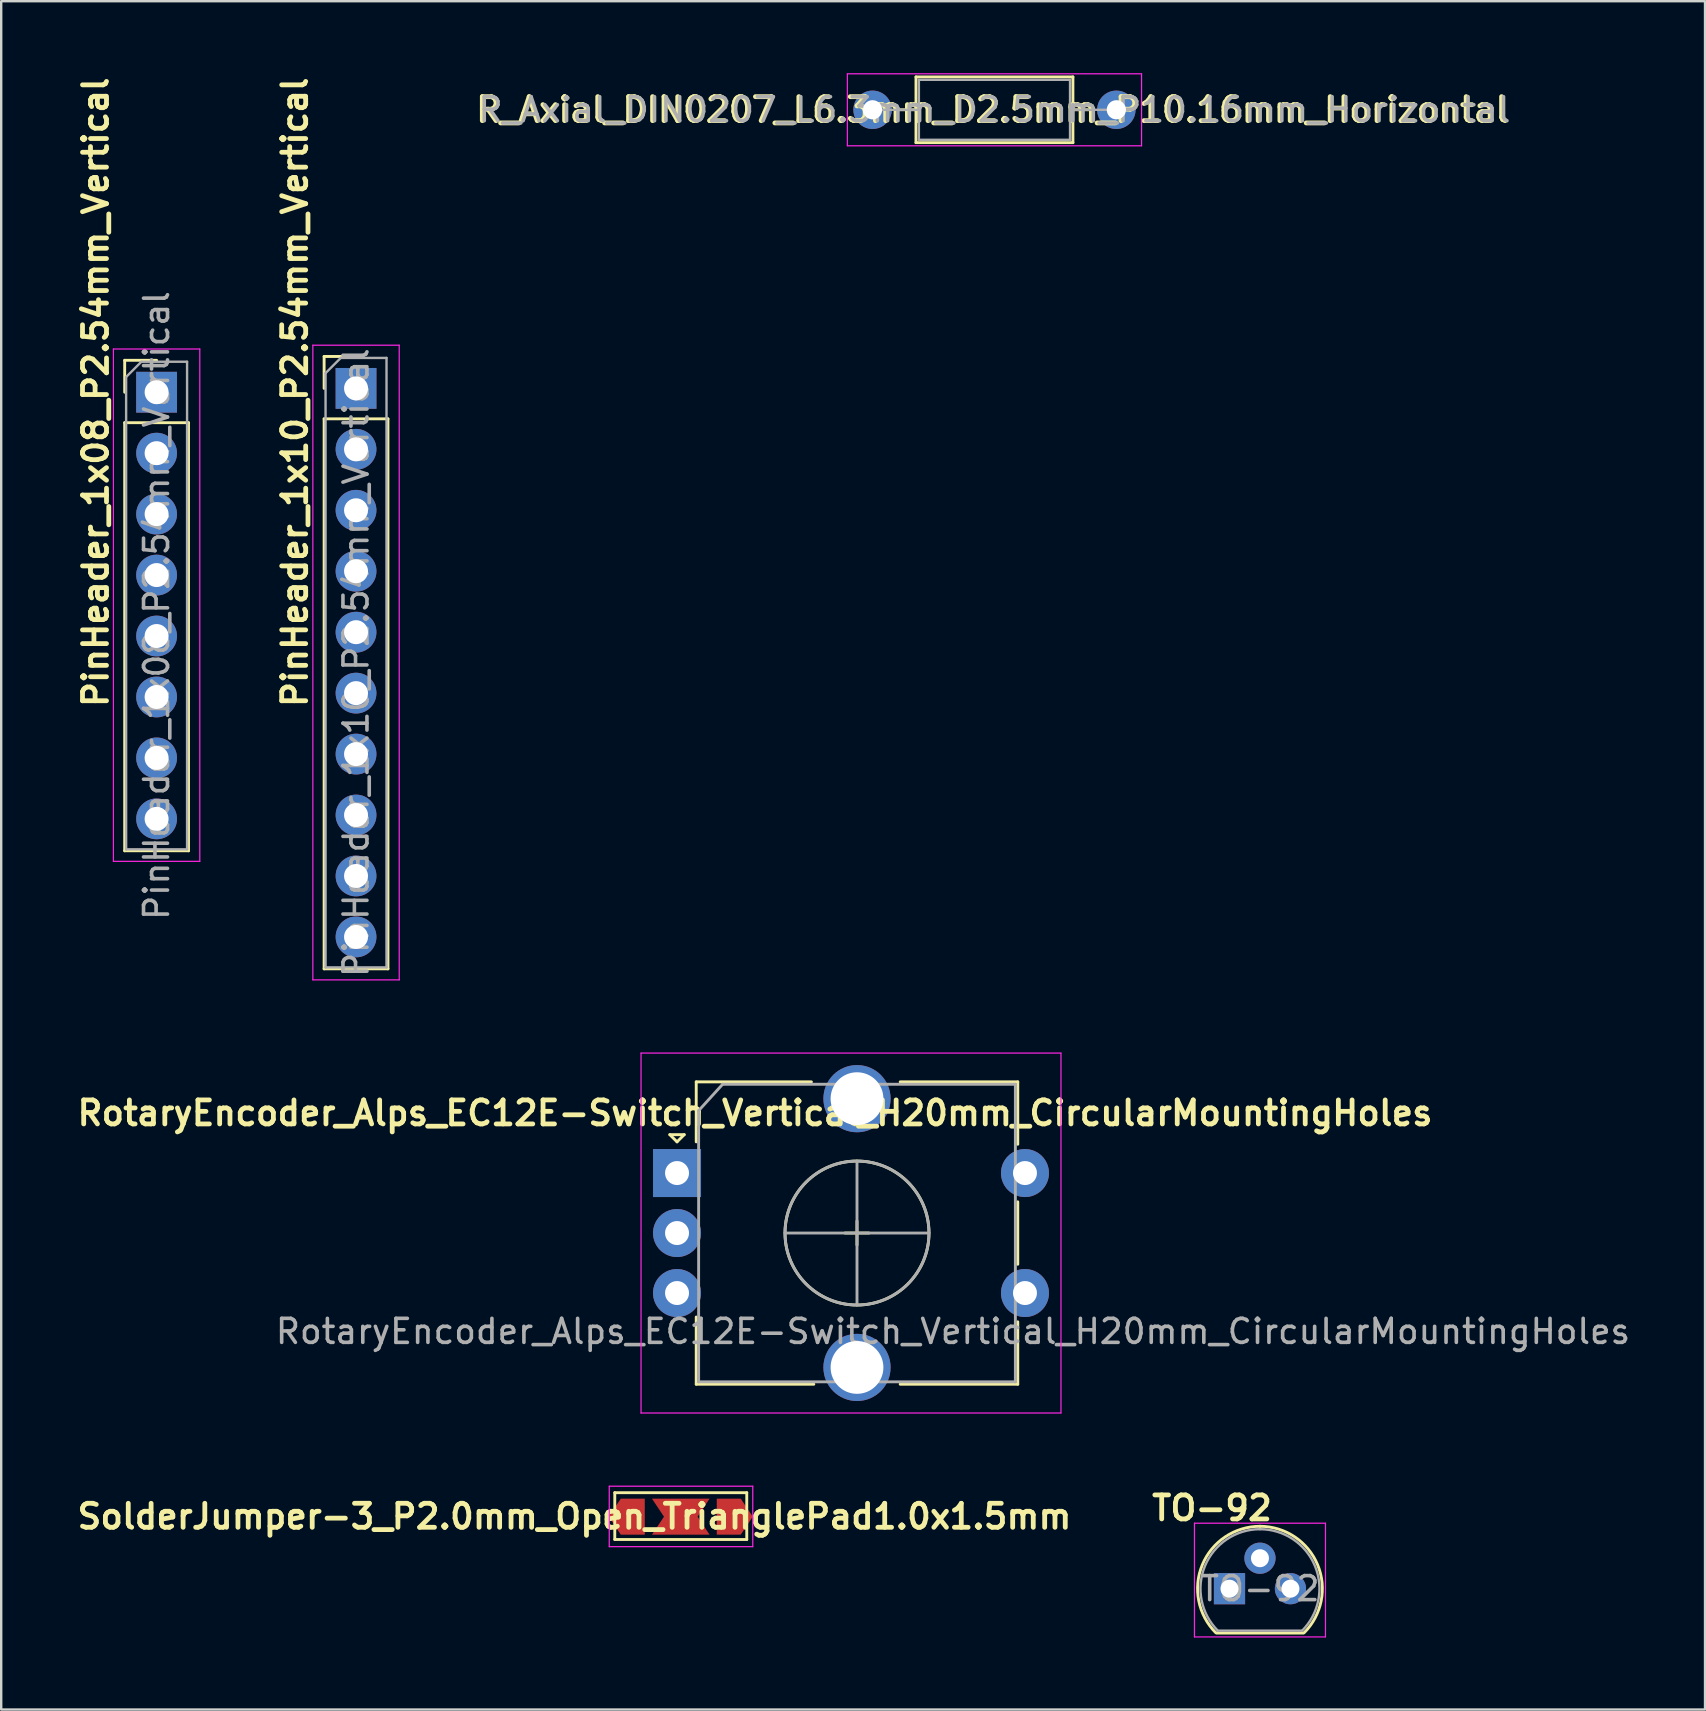
<source format=kicad_pcb>
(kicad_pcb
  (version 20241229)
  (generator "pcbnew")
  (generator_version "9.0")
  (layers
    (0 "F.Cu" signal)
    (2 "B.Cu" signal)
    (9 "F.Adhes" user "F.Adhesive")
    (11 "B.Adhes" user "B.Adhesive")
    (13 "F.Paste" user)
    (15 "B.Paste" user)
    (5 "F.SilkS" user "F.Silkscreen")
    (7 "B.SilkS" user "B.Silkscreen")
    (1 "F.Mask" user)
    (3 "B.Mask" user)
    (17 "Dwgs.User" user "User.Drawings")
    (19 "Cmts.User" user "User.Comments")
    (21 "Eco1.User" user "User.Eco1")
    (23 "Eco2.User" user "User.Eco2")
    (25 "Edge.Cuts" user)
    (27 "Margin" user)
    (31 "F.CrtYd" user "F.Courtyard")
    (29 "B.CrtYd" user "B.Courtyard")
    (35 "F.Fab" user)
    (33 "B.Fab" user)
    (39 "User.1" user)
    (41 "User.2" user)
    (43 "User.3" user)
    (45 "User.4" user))
  (footprint "TO-92"
    (layer "F.Cu")
    (at 48.187 63.156)
    (property "Reference" "TO-92" (at -0.73 -3.36 0) (layer "F.SilkS") (effects (font (size 1 1) (thickness 0.2) (bold yes))))
    (attr through_hole)
    (fp_line (start -0.53 1.85) (end 3.07 1.85) (stroke (width 0.12) (type solid)) (layer "F.SilkS"))
    (fp_arc (start -0.568478 1.838478) (mid -1.132087 -0.994977) (end 1.27 -2.6) (stroke (width 0.12) (type solid)) (layer "F.SilkS"))
    (fp_arc (start 1.27 -2.6) (mid 3.672087 -0.994977) (end 3.108478 1.838478) (stroke (width 0.12) (type solid)) (layer "F.SilkS"))
    (fp_line (start -1.46 -2.73) (end -1.46 2.01) (stroke (width 0.05) (type solid)) (layer "F.CrtYd"))
    (fp_line (start -1.46 -2.73) (end 4 -2.73) (stroke (width 0.05) (type solid)) (layer "F.CrtYd"))
    (fp_line (start 4 2.01) (end -1.46 2.01) (stroke (width 0.05) (type solid)) (layer "F.CrtYd"))
    (fp_line (start 4 2.01) (end 4 -2.73) (stroke (width 0.05) (type solid)) (layer "F.CrtYd"))
    (fp_line (start -0.5 1.75) (end 3 1.75) (stroke (width 0.1) (type solid)) (layer "F.Fab"))
    (fp_arc (start -0.483625 1.753625) (mid -1.021221 -0.949055) (end 1.27 -2.48) (stroke (width 0.1) (type solid)) (layer "F.Fab"))
    (fp_arc (start 1.27 -2.48) (mid 3.561221 -0.949055) (end 3.023625 1.753625) (stroke (width 0.1) (type solid)) (layer "F.Fab"))
    (fp_text user "${REFERENCE}" (at 1.27 0 0) (layer "F.Fab") (effects (font (size 1 1) (thickness 0.15))))
    (pad "1" thru_hole rect (at 0 0) (size 1.3 1.3) (drill 0.75) (layers "*.Cu" "*.Mask"))
    (pad "2" thru_hole circle (at 1.27 -1.27) (size 1.3 1.3) (drill 0.75) (layers "*.Cu" "*.Mask"))
    (pad "3" thru_hole circle (at 2.54 0) (size 1.3 1.3) (drill 0.75) (layers "*.Cu" "*.Mask")))
  (footprint "R_Axial_DIN0207_L6.3mm_D2.5mm_P10.16mm_Horizontal"
    (layer "F.Cu")
    (at 33.312 1.525)
    (property "Reference" "R_Axial_DIN0207_L6.3mm_D2.5mm_P10.16mm_Horizontal" (at 5 0 180) (layer "F.SilkS") (effects (font (size 1 1) (thickness 0.2) (bold yes))))
    (attr through_hole)
    (fp_line (start 1.04 0) (end 1.81 0) (stroke (width 0.12) (type solid)) (layer "F.SilkS"))
    (fp_line (start 1.81 -1.37) (end 1.81 1.37) (stroke (width 0.12) (type solid)) (layer "F.SilkS"))
    (fp_line (start 1.81 1.37) (end 8.35 1.37) (stroke (width 0.12) (type solid)) (layer "F.SilkS"))
    (fp_line (start 8.35 -1.37) (end 1.81 -1.37) (stroke (width 0.12) (type solid)) (layer "F.SilkS"))
    (fp_line (start 8.35 1.37) (end 8.35 -1.37) (stroke (width 0.12) (type solid)) (layer "F.SilkS"))
    (fp_line (start 9.12 0) (end 8.35 0) (stroke (width 0.12) (type solid)) (layer "F.SilkS"))
    (fp_line (start -1.05 -1.5) (end -1.05 1.5) (stroke (width 0.05) (type solid)) (layer "F.CrtYd"))
    (fp_line (start -1.05 1.5) (end 11.21 1.5) (stroke (width 0.05) (type solid)) (layer "F.CrtYd"))
    (fp_line (start 11.21 -1.5) (end -1.05 -1.5) (stroke (width 0.05) (type solid)) (layer "F.CrtYd"))
    (fp_line (start 11.21 1.5) (end 11.21 -1.5) (stroke (width 0.05) (type solid)) (layer "F.CrtYd"))
    (fp_line (start 0 0) (end 1.93 0) (stroke (width 0.1) (type solid)) (layer "F.Fab"))
    (fp_line (start 1.93 -1.25) (end 1.93 1.25) (stroke (width 0.1) (type solid)) (layer "F.Fab"))
    (fp_line (start 1.93 1.25) (end 8.23 1.25) (stroke (width 0.1) (type solid)) (layer "F.Fab"))
    (fp_line (start 8.23 -1.25) (end 1.93 -1.25) (stroke (width 0.1) (type solid)) (layer "F.Fab"))
    (fp_line (start 8.23 1.25) (end 8.23 -1.25) (stroke (width 0.1) (type solid)) (layer "F.Fab"))
    (fp_line (start 10.16 0) (end 8.23 0) (stroke (width 0.1) (type solid)) (layer "F.Fab"))
    (fp_text user "${REFERENCE}" (at 5.08 0 180) (layer "F.Fab") (effects (font (size 1 1) (thickness 0.15))))
    (pad "1" thru_hole circle (at 0 0) (size 1.6 1.6) (drill 0.8) (layers "*.Cu" "*.Mask"))
    (pad "2" thru_hole oval (at 10.16 0) (size 1.6 1.6) (drill 0.8) (layers "*.Cu" "*.Mask")))
  (footprint "RotaryEncoder_Alps_EC12E-Switch_Vertical_H20mm_CircularMountingHoles"
    (layer "F.Cu")
    (at 25.164 45.835)
    (property "Reference" "RotaryEncoder_Alps_EC12E-Switch_Vertical_H20mm_CircularMountingHoles" (at 3.25 -2.5 0) (layer "F.SilkS") (effects (font (size 1 1) (thickness 0.2) (bold yes))))
    (attr through_hole)
    (fp_line (start -0.3 -1.6) (end 0.3 -1.6) (stroke (width 0.12) (type solid)) (layer "F.SilkS"))
    (fp_line (start 0 -1.3) (end -0.3 -1.6) (stroke (width 0.12) (type solid)) (layer "F.SilkS"))
    (fp_line (start 0.3 -1.6) (end 0 -1.3) (stroke (width 0.12) (type solid)) (layer "F.SilkS"))
    (fp_line (start 0.8 -3.8) (end 0.8 -1.3) (stroke (width 0.12) (type solid)) (layer "F.SilkS"))
    (fp_line (start 0.8 8.8) (end 0.8 6) (stroke (width 0.12) (type solid)) (layer "F.SilkS"))
    (fp_line (start 5.6 -3.8) (end 0.8 -3.8) (stroke (width 0.12) (type solid)) (layer "F.SilkS"))
    (fp_line (start 5.7 8.8) (end 0.8 8.8) (stroke (width 0.12) (type solid)) (layer "F.SilkS"))
    (fp_line (start 7 2.5) (end 8 2.5) (stroke (width 0.12) (type solid)) (layer "F.SilkS"))
    (fp_line (start 7.5 2) (end 7.5 3) (stroke (width 0.12) (type solid)) (layer "F.SilkS"))
    (fp_line (start 9.3 -3.8) (end 14.2 -3.8) (stroke (width 0.12) (type solid)) (layer "F.SilkS"))
    (fp_line (start 14.2 -3.8) (end 14.2 -1.2) (stroke (width 0.12) (type solid)) (layer "F.SilkS"))
    (fp_line (start 14.2 1.2) (end 14.2 3.8) (stroke (width 0.12) (type solid)) (layer "F.SilkS"))
    (fp_line (start 14.2 6.2) (end 14.2 8.8) (stroke (width 0.12) (type solid)) (layer "F.SilkS"))
    (fp_line (start 14.2 8.8) (end 9.3 8.8) (stroke (width 0.12) (type solid)) (layer "F.SilkS"))
    (fp_circle (center 7.5 2.5) (end 10.5 2.5) (stroke (width 0.12) (type solid)) (fill no) (layer "F.SilkS"))
    (fp_line (start -1.5 -5) (end -1.5 10) (stroke (width 0.05) (type solid)) (layer "F.CrtYd"))
    (fp_line (start -1.5 -5) (end 16 -5) (stroke (width 0.05) (type solid)) (layer "F.CrtYd"))
    (fp_line (start 16 10) (end -1.5 10) (stroke (width 0.05) (type solid)) (layer "F.CrtYd"))
    (fp_line (start 16 10) (end 16 -5) (stroke (width 0.05) (type solid)) (layer "F.CrtYd"))
    (fp_line (start 0.9 -2.6) (end 1.9 -3.7) (stroke (width 0.12) (type solid)) (layer "F.Fab"))
    (fp_line (start 0.9 8.7) (end 0.9 -2.6) (stroke (width 0.12) (type solid)) (layer "F.Fab"))
    (fp_line (start 1.9 -3.7) (end 14.1 -3.7) (stroke (width 0.12) (type solid)) (layer "F.Fab"))
    (fp_line (start 4.5 2.5) (end 10.5 2.5) (stroke (width 0.12) (type solid)) (layer "F.Fab"))
    (fp_line (start 7.5 -0.5) (end 7.5 5.5) (stroke (width 0.12) (type solid)) (layer "F.Fab"))
    (fp_line (start 14.1 -3.7) (end 14.1 8.7) (stroke (width 0.12) (type solid)) (layer "F.Fab"))
    (fp_line (start 14.1 8.7) (end 0.9 8.7) (stroke (width 0.12) (type solid)) (layer "F.Fab"))
    (fp_circle (center 7.5 2.5) (end 10.5 2.5) (stroke (width 0.12) (type solid)) (fill no) (layer "F.Fab"))
    (fp_text user "${REFERENCE}" (at 11.5 6.6 0) (layer "F.Fab") (effects (font (size 1 1) (thickness 0.15))))
    (pad "A" thru_hole rect (at 0 0) (size 2 2) (drill 1) (layers "*.Cu" "*.Mask"))
    (pad "B" thru_hole circle (at 0 5) (size 2 2) (drill 1) (layers "*.Cu" "*.Mask"))
    (pad "C" thru_hole circle (at 0 2.5) (size 2 2) (drill 1) (layers "*.Cu" "*.Mask"))
    (pad "MP" thru_hole circle (at 7.5 -3.1) (size 2.8 2.8) (drill 2.2) (layers "*.Cu" "*.Mask"))
    (pad "MP" thru_hole circle (at 7.5 8.1) (size 2.8 2.8) (drill 2.2) (layers "*.Cu" "*.Mask"))
    (pad "S1" thru_hole circle (at 14.5 0) (size 2 2) (drill 1) (layers "*.Cu" "*.Mask"))
    (pad "S2" thru_hole circle (at 14.5 5) (size 2 2) (drill 1) (layers "*.Cu" "*.Mask")))
  (footprint "PinHeader_1x10_P2.54mm_Vertical"
    (layer "F.Cu")
    (at 11.787 13.135)
    (property "Reference" "PinHeader_1x10_P2.54mm_Vertical" (at -2.55 0.16 90) (layer "F.SilkS") (effects (font (size 1 1) (thickness 0.2) (bold yes))))
    (attr through_hole)
    (fp_line (start -1.33 -1.33) (end 0 -1.33) (stroke (width 0.12) (type solid)) (layer "F.SilkS"))
    (fp_line (start -1.33 0) (end -1.33 -1.33) (stroke (width 0.12) (type solid)) (layer "F.SilkS"))
    (fp_line (start -1.33 1.27) (end -1.33 24.19) (stroke (width 0.12) (type solid)) (layer "F.SilkS"))
    (fp_line (start -1.33 1.27) (end 1.33 1.27) (stroke (width 0.12) (type solid)) (layer "F.SilkS"))
    (fp_line (start -1.33 24.19) (end 1.33 24.19) (stroke (width 0.12) (type solid)) (layer "F.SilkS"))
    (fp_line (start 1.33 1.27) (end 1.33 24.19) (stroke (width 0.12) (type solid)) (layer "F.SilkS"))
    (fp_line (start -1.8 -1.8) (end -1.8 24.65) (stroke (width 0.05) (type solid)) (layer "F.CrtYd"))
    (fp_line (start -1.8 24.65) (end 1.8 24.65) (stroke (width 0.05) (type solid)) (layer "F.CrtYd"))
    (fp_line (start 1.8 -1.8) (end -1.8 -1.8) (stroke (width 0.05) (type solid)) (layer "F.CrtYd"))
    (fp_line (start 1.8 24.65) (end 1.8 -1.8) (stroke (width 0.05) (type solid)) (layer "F.CrtYd"))
    (fp_line (start -1.27 -0.635) (end -0.635 -1.27) (stroke (width 0.1) (type solid)) (layer "F.Fab"))
    (fp_line (start -1.27 24.13) (end -1.27 -0.635) (stroke (width 0.1) (type solid)) (layer "F.Fab"))
    (fp_line (start -0.635 -1.27) (end 1.27 -1.27) (stroke (width 0.1) (type solid)) (layer "F.Fab"))
    (fp_line (start 1.27 -1.27) (end 1.27 24.13) (stroke (width 0.1) (type solid)) (layer "F.Fab"))
    (fp_line (start 1.27 24.13) (end -1.27 24.13) (stroke (width 0.1) (type solid)) (layer "F.Fab"))
    (fp_text user "${REFERENCE}" (at 0 11.43 90) (layer "F.Fab") (effects (font (size 1 1) (thickness 0.15))))
    (pad "1" thru_hole rect (at 0 0 180) (size 1.7 1.7) (drill 1) (layers "*.Cu" "*.Mask"))
    (pad "2" thru_hole oval (at 0 2.54 180) (size 1.7 1.7) (drill 1) (layers "*.Cu" "*.Mask"))
    (pad "3" thru_hole oval (at 0 5.08 180) (size 1.7 1.7) (drill 1) (layers "*.Cu" "*.Mask"))
    (pad "4" thru_hole oval (at 0 7.62 180) (size 1.7 1.7) (drill 1) (layers "*.Cu" "*.Mask"))
    (pad "5" thru_hole oval (at 0 10.16 180) (size 1.7 1.7) (drill 1) (layers "*.Cu" "*.Mask"))
    (pad "6" thru_hole oval (at 0 12.7 180) (size 1.7 1.7) (drill 1) (layers "*.Cu" "*.Mask"))
    (pad "7" thru_hole oval (at 0 15.24 180) (size 1.7 1.7) (drill 1) (layers "*.Cu" "*.Mask"))
    (pad "8" thru_hole oval (at 0 17.78 180) (size 1.7 1.7) (drill 1) (layers "*.Cu" "*.Mask"))
    (pad "9" thru_hole oval (at 0 20.32 180) (size 1.7 1.7) (drill 1) (layers "*.Cu" "*.Mask"))
    (pad "10" thru_hole oval (at 0 22.86 180) (size 1.7 1.7) (drill 1) (layers "*.Cu" "*.Mask")))
  (footprint "SolderJumper-3_P2.0mm_Open_TrianglePad1.0x1.5mm"
    (layer "F.Cu")
    (at 25.32 60.155)
    (property "Reference" "SolderJumper-3_P2.0mm_Open_TrianglePad1.0x1.5mm" (at -4.43 -0.01 0) (layer "F.SilkS") (effects (font (size 1 1) (thickness 0.2) (bold yes))))
    (attr exclude_from_pos_files)
    (fp_line (start -2.75 -1) (end 2.75 -1) (stroke (width 0.12) (type solid)) (layer "F.SilkS"))
    (fp_line (start -2.75 0.95) (end -2.75 -1) (stroke (width 0.12) (type solid)) (layer "F.SilkS"))
    (fp_line (start 2.75 -1) (end 2.75 0.95) (stroke (width 0.12) (type solid)) (layer "F.SilkS"))
    (fp_line (start 2.75 0.95) (end -2.75 0.95) (stroke (width 0.12) (type solid)) (layer "F.SilkS"))
    (fp_line (start -2.98 -1.27) (end -2.98 1.25) (stroke (width 0.05) (type solid)) (layer "F.CrtYd"))
    (fp_line (start -2.98 -1.27) (end 3 -1.27) (stroke (width 0.05) (type solid)) (layer "F.CrtYd"))
    (fp_line (start 3 1.25) (end -2.98 1.25) (stroke (width 0.05) (type solid)) (layer "F.CrtYd"))
    (fp_line (start 3 1.25) (end 3 -1.27) (stroke (width 0.05) (type solid)) (layer "F.CrtYd"))
    (pad "" smd rect (at -1.2 0 180) (size 1.5 1.5) (layers "F.Mask"))
    (pad "" smd rect (at 1.2 0 180) (size 1.5 1.5) (layers "F.Mask"))
    (pad "1" smd custom (at -2 0 180) (size 0.3 0.3) (layers "F.Cu" "F.Mask") (options (anchor rect)) (primitives (gr_poly (pts (xy 1 0) (xy 0.5 0.75) (xy -0.5 0.75) (xy -0.5 -0.75) (xy 0.5 -0.75)) (width 0) (fill yes))))
    (pad "2" smd custom (at 0 0 180) (size 0.3 0.3) (layers "F.Cu") (options (anchor rect)) (primitives (gr_poly (pts (xy 0.7 0) (xy 1.2 0.75) (xy -1.2 0.75) (xy -0.7 0) (xy -1.2 -0.75) (xy 1.2 -0.75)) (width 0) (fill yes))))
    (pad "3" smd custom (at 2 0) (size 0.3 0.3) (layers "F.Cu" "F.Mask") (options (anchor rect)) (primitives (gr_poly (pts (xy 1 0) (xy 0.5 0.75) (xy -0.5 0.75) (xy -0.5 -0.75) (xy 0.5 -0.75)) (width 0) (fill yes)))))
  (footprint "PinHeader_1x08_P2.54mm_Vertical"
    (layer "F.Cu")
    (at 3.476 13.295)
    (property "Reference" "PinHeader_1x08_P2.54mm_Vertical" (at -2.54 0 90) (layer "F.SilkS") (effects (font (size 1 1) (thickness 0.2) (bold yes))))
    (attr through_hole)
    (fp_line (start -1.33 -1.33) (end 0 -1.33) (stroke (width 0.12) (type solid)) (layer "F.SilkS"))
    (fp_line (start -1.33 0) (end -1.33 -1.33) (stroke (width 0.12) (type solid)) (layer "F.SilkS"))
    (fp_line (start -1.33 1.27) (end -1.33 19.11) (stroke (width 0.12) (type solid)) (layer "F.SilkS"))
    (fp_line (start -1.33 1.27) (end 1.33 1.27) (stroke (width 0.12) (type solid)) (layer "F.SilkS"))
    (fp_line (start -1.33 19.11) (end 1.33 19.11) (stroke (width 0.12) (type solid)) (layer "F.SilkS"))
    (fp_line (start 1.33 1.27) (end 1.33 19.11) (stroke (width 0.12) (type solid)) (layer "F.SilkS"))
    (fp_line (start -1.8 -1.8) (end -1.8 19.55) (stroke (width 0.05) (type solid)) (layer "F.CrtYd"))
    (fp_line (start -1.8 19.55) (end 1.8 19.55) (stroke (width 0.05) (type solid)) (layer "F.CrtYd"))
    (fp_line (start 1.8 -1.8) (end -1.8 -1.8) (stroke (width 0.05) (type solid)) (layer "F.CrtYd"))
    (fp_line (start 1.8 19.55) (end 1.8 -1.8) (stroke (width 0.05) (type solid)) (layer "F.CrtYd"))
    (fp_line (start -1.27 -0.635) (end -0.635 -1.27) (stroke (width 0.1) (type solid)) (layer "F.Fab"))
    (fp_line (start -1.27 19.05) (end -1.27 -0.635) (stroke (width 0.1) (type solid)) (layer "F.Fab"))
    (fp_line (start -0.635 -1.27) (end 1.27 -1.27) (stroke (width 0.1) (type solid)) (layer "F.Fab"))
    (fp_line (start 1.27 -1.27) (end 1.27 19.05) (stroke (width 0.1) (type solid)) (layer "F.Fab"))
    (fp_line (start 1.27 19.05) (end -1.27 19.05) (stroke (width 0.1) (type solid)) (layer "F.Fab"))
    (fp_text user "${REFERENCE}" (at 0 8.89 90) (layer "F.Fab") (effects (font (size 1 1) (thickness 0.15))))
    (pad "1" thru_hole rect (at 0 0 180) (size 1.7 1.7) (drill 1) (layers "*.Cu" "*.Mask"))
    (pad "2" thru_hole oval (at 0 2.54 180) (size 1.7 1.7) (drill 1) (layers "*.Cu" "*.Mask"))
    (pad "3" thru_hole oval (at 0 5.08 180) (size 1.7 1.7) (drill 1) (layers "*.Cu" "*.Mask"))
    (pad "4" thru_hole oval (at 0 7.62 180) (size 1.7 1.7) (drill 1) (layers "*.Cu" "*.Mask"))
    (pad "5" thru_hole oval (at 0 10.16 180) (size 1.7 1.7) (drill 1) (layers "*.Cu" "*.Mask"))
    (pad "6" thru_hole oval (at 0 12.7 180) (size 1.7 1.7) (drill 1) (layers "*.Cu" "*.Mask"))
    (pad "7" thru_hole oval (at 0 15.24 180) (size 1.7 1.7) (drill 1) (layers "*.Cu" "*.Mask"))
    (pad "8" thru_hole oval (at 0 17.78 180) (size 1.7 1.7) (drill 1) (layers "*.Cu" "*.Mask")))
  (gr_rect
    (start -3 -3)
    (end 68.004 68.191)
    (stroke (width 0.1) (type default))
    (fill no)
    (layer "Edge.Cuts")))
</source>
